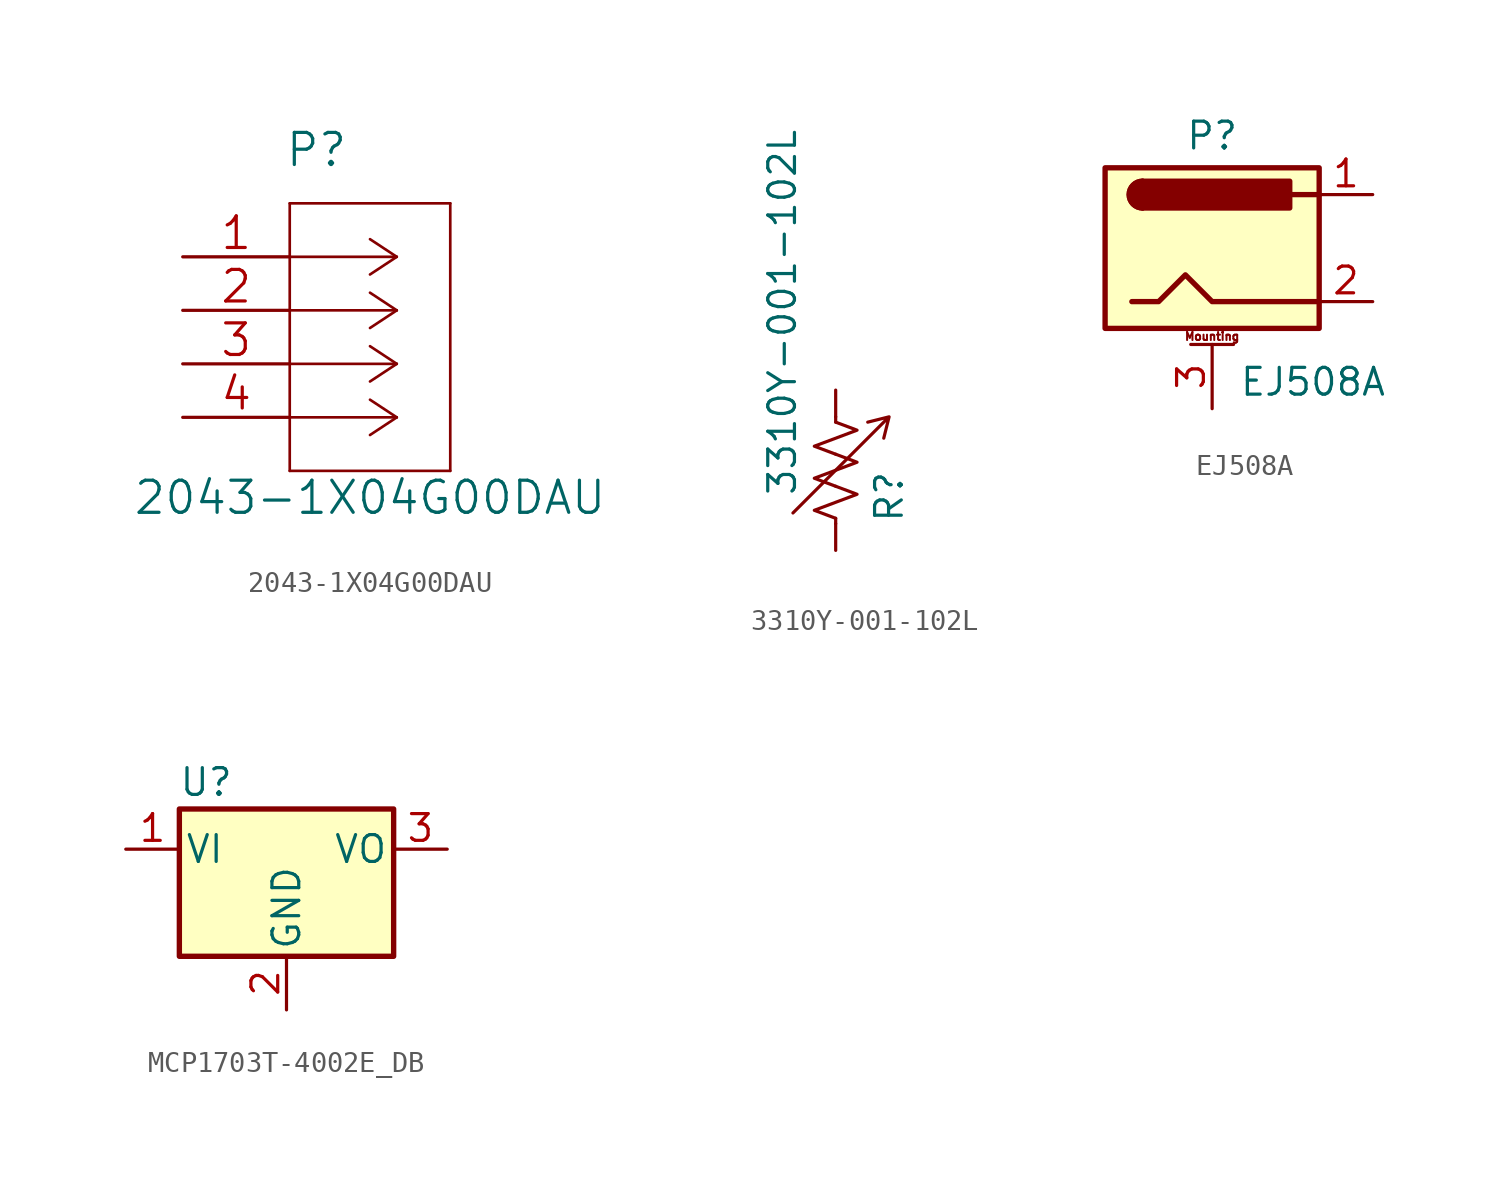
<source format=kicad_sym>
(kicad_symbol_lib
  (version 20211014)
  (generator kicad_symbol_editor)
  (symbol "2043-1X04G00DAU"
    (pin_names
      (offset 0.254) hide)
    (property "Reference" "P"
      (at 6.35 5.08 0)
      (effects (font (size 1.524 1.524))))
    (property "Value" "2043-1X04G00DAU"
      (at 8.89 -11.43 0)
      (effects (font (size 1.524 1.524))))
    (property "Datasheet" ""
      (at 0 0 0)
      (effects (font (size 1.524 1.524))))
    (symbol "2043-1X04G00DAU_1_1"
      (polyline (pts (xy 5.08 -10.16) (xy 12.7 -10.16)) (stroke (width 0.127) (type default) (color 0 0 0 0)) (fill (type none)))
      (polyline (pts (xy 5.08 2.54) (xy 5.08 -10.16)) (stroke (width 0.127) (type default) (color 0 0 0 0)) (fill (type none)))
      (polyline (pts (xy 10.16 -7.62) (xy 5.08 -7.62)) (stroke (width 0.127) (type default) (color 0 0 0 0)) (fill (type none)))
      (polyline (pts (xy 10.16 -7.62) (xy 8.89 -8.458)) (stroke (width 0.127) (type default) (color 0 0 0 0)) (fill (type none)))
      (polyline (pts (xy 10.16 -7.62) (xy 8.89 -6.782)) (stroke (width 0.127) (type default) (color 0 0 0 0)) (fill (type none)))
      (polyline (pts (xy 10.16 -5.08) (xy 5.08 -5.08)) (stroke (width 0.127) (type default) (color 0 0 0 0)) (fill (type none)))
      (polyline (pts (xy 10.16 -5.08) (xy 8.89 -5.918)) (stroke (width 0.127) (type default) (color 0 0 0 0)) (fill (type none)))
      (polyline (pts (xy 10.16 -5.08) (xy 8.89 -4.242)) (stroke (width 0.127) (type default) (color 0 0 0 0)) (fill (type none)))
      (polyline (pts (xy 10.16 -2.54) (xy 5.08 -2.54)) (stroke (width 0.127) (type default) (color 0 0 0 0)) (fill (type none)))
      (polyline (pts (xy 10.16 -2.54) (xy 8.89 -3.378)) (stroke (width 0.127) (type default) (color 0 0 0 0)) (fill (type none)))
      (polyline (pts (xy 10.16 -2.54) (xy 8.89 -1.702)) (stroke (width 0.127) (type default) (color 0 0 0 0)) (fill (type none)))
      (polyline (pts (xy 10.16 0) (xy 5.08 0)) (stroke (width 0.127) (type default) (color 0 0 0 0)) (fill (type none)))
      (polyline (pts (xy 10.16 0) (xy 8.89 -0.838)) (stroke (width 0.127) (type default) (color 0 0 0 0)) (fill (type none)))
      (polyline (pts (xy 10.16 0) (xy 8.89 0.838)) (stroke (width 0.127) (type default) (color 0 0 0 0)) (fill (type none)))
      (polyline (pts (xy 12.7 -10.16) (xy 12.7 2.54)) (stroke (width 0.127) (type default) (color 0 0 0 0)) (fill (type none)))
      (polyline (pts (xy 12.7 2.54) (xy 5.08 2.54)) (stroke (width 0.127) (type default) (color 0 0 0 0)) (fill (type none)))
      (pin passive line (at 0 0 0) (length 5.08) (name "1" (effects (font (size 1.499 1.499)))) (number "1" (effects (font (size 1.499 1.499)))))
      (pin passive line (at 0 -2.54 0) (length 5.08) (name "2" (effects (font (size 1.499 1.499)))) (number "2" (effects (font (size 1.499 1.499)))))
      (pin passive line (at 0 -5.08 0) (length 5.08) (name "3" (effects (font (size 1.499 1.499)))) (number "3" (effects (font (size 1.499 1.499)))))
      (pin passive line (at 0 -7.62 0) (length 5.08) (name "4" (effects (font (size 1.499 1.499)))) (number "4" (effects (font (size 1.499 1.499)))))))
  (symbol "3310Y-001-102L"
    (pin_numbers hide)
    (pin_names
      (offset 0))
    (property "Reference" "R"
      (at 2.54 -2.54 90)
      (effects (font (size 1.27 1.27)) (justify left)))
    (property "Value" "3310Y-001-102L"
      (at -2.54 -1.27 90)
      (effects (font (size 1.27 1.27)) (justify left)))
    (symbol "3310Y-001-102L_0_0"
      (pin no_connect line (at 6.35 -2.54 90) (length 2.54) hide (name "3" (effects (font (size 1.27 1.27)))) (number "3" (effects (font (size 1.27 1.27))))))
    (symbol "3310Y-001-102L_0_1"
      (polyline (pts (xy 0 -2.286) (xy 0 -2.54)) (stroke (width 0) (type default) (color 0 0 0 0)) (fill (type none)))
      (polyline (pts (xy 0 2.286) (xy 0 2.54)) (stroke (width 0) (type default) (color 0 0 0 0)) (fill (type none)))
      (polyline (pts (xy 0 -0.762) (xy 1.016 -1.143) (xy 0 -1.524) (xy -1.016 -1.905) (xy 0 -2.286)) (stroke (width 0) (type default) (color 0 0 0 0)) (fill (type none)))
      (polyline (pts (xy 0 0.762) (xy 1.016 0.381) (xy 0 0) (xy -1.016 -0.381) (xy 0 -0.762)) (stroke (width 0) (type default) (color 0 0 0 0)) (fill (type none)))
      (polyline (pts (xy 0 2.286) (xy 1.016 1.905) (xy 0 1.524) (xy -1.016 1.143) (xy 0 0.762)) (stroke (width 0.152) (type default) (color 0 0 0 0)) (fill (type none)))
      (polyline (pts (xy 2.286 1.524) (xy 2.54 2.54) (xy 1.524 2.286) (xy 2.54 2.54) (xy -2.032 -2.032)) (stroke (width 0.152) (type default) (color 0 0 0 0)) (fill (type none))))
    (symbol "3310Y-001-102L_1_1"
      (pin passive line (at 0 3.81 270) (length 1.27) (name "~" (effects (font (size 1.27 1.27)))) (number "1" (effects (font (size 1.27 1.27)))))
      (pin passive line (at 0 -3.81 90) (length 1.27) (name "~" (effects (font (size 1.27 1.27)))) (number "2" (effects (font (size 1.27 1.27)))))))
  (symbol "EJ508A"
    (pin_names hide)
    (property "Reference" "P"
      (at 0 5.334 0)
      (effects (font (size 1.27 1.27))))
    (property "Value" "EJ508A"
      (at 1.27 -6.35 0)
      (effects (font (size 1.27 1.27)) (justify left)))
    (symbol "EJ508A_0_1"
      (rectangle (start -5.08 3.81) (end 5.08 -3.81) (stroke (width 0.254) (type default) (color 0 0 0 0)) (fill (type background)))
      (arc (start -3.302 3.175) (mid -3.937 2.54) (end -3.302 1.905) (stroke (width 0.254) (type default) (color 0 0 0 0)) (fill (type none)))
      (arc (start -3.302 3.175) (mid -3.937 2.54) (end -3.302 1.905) (stroke (width 0.254) (type default) (color 0 0 0 0)) (fill (type outline)))
      (polyline (pts (xy 5.08 2.54) (xy 3.81 2.54)) (stroke (width 0.254) (type default) (color 0 0 0 0)) (fill (type none)))
      (polyline (pts (xy -3.81 -2.54) (xy -2.54 -2.54) (xy -1.27 -1.27) (xy 0 -2.54) (xy 2.54 -2.54) (xy 5.08 -2.54)) (stroke (width 0.254) (type default) (color 0 0 0 0)) (fill (type none)))
      (rectangle (start 3.683 3.175) (end -3.302 1.905) (stroke (width 0.254) (type default) (color 0 0 0 0)) (fill (type outline))))
    (symbol "EJ508A_1_1"
      (polyline (pts (xy -1.016 -4.572) (xy 1.016 -4.572)) (stroke (width 0.152) (type default) (color 0 0 0 0)) (fill (type none)))
      (text "Mounting" (at 0 -4.191 0) (effects (font (size 0.381 0.381))))
      (pin power_out line (at 7.62 2.54 180) (length 2.54) (name "~" (effects (font (size 1.27 1.27)))) (number "1" (effects (font (size 1.27 1.27)))))
      (pin power_out line (at 7.62 -2.54 180) (length 2.54) (name "~" (effects (font (size 1.27 1.27)))) (number "2" (effects (font (size 1.27 1.27)))))
      (pin passive line (at 0 -7.62 90) (length 3.048) (name "MountPin" (effects (font (size 1.27 1.27)))) (number "3" (effects (font (size 1.27 1.27)))))))
  (symbol "MCP1703T-4002E_DB"
    (pin_names
      (offset 0.254))
    (property "Reference" "U"
      (at -3.81 3.175 0)
      (effects (font (size 1.27 1.27))))
    (symbol "MCP1703T-4002E_DB_0_1"
      (rectangle (start -5.08 -5.08) (end 5.08 1.905) (stroke (width 0.254) (type default) (color 0 0 0 0)) (fill (type background))))
    (symbol "MCP1703T-4002E_DB_1_1"
      (pin power_in line (at -7.62 0 0) (length 2.54) (name "VI" (effects (font (size 1.27 1.27)))) (number "1" (effects (font (size 1.27 1.27)))))
      (pin power_in line (at 0 -7.62 90) (length 2.54) (name "GND" (effects (font (size 1.27 1.27)))) (number "2" (effects (font (size 1.27 1.27)))))
      (pin power_out line (at 7.62 0 180) (length 2.54) (name "VO" (effects (font (size 1.27 1.27)))) (number "3" (effects (font (size 1.27 1.27))))))))
</source>
